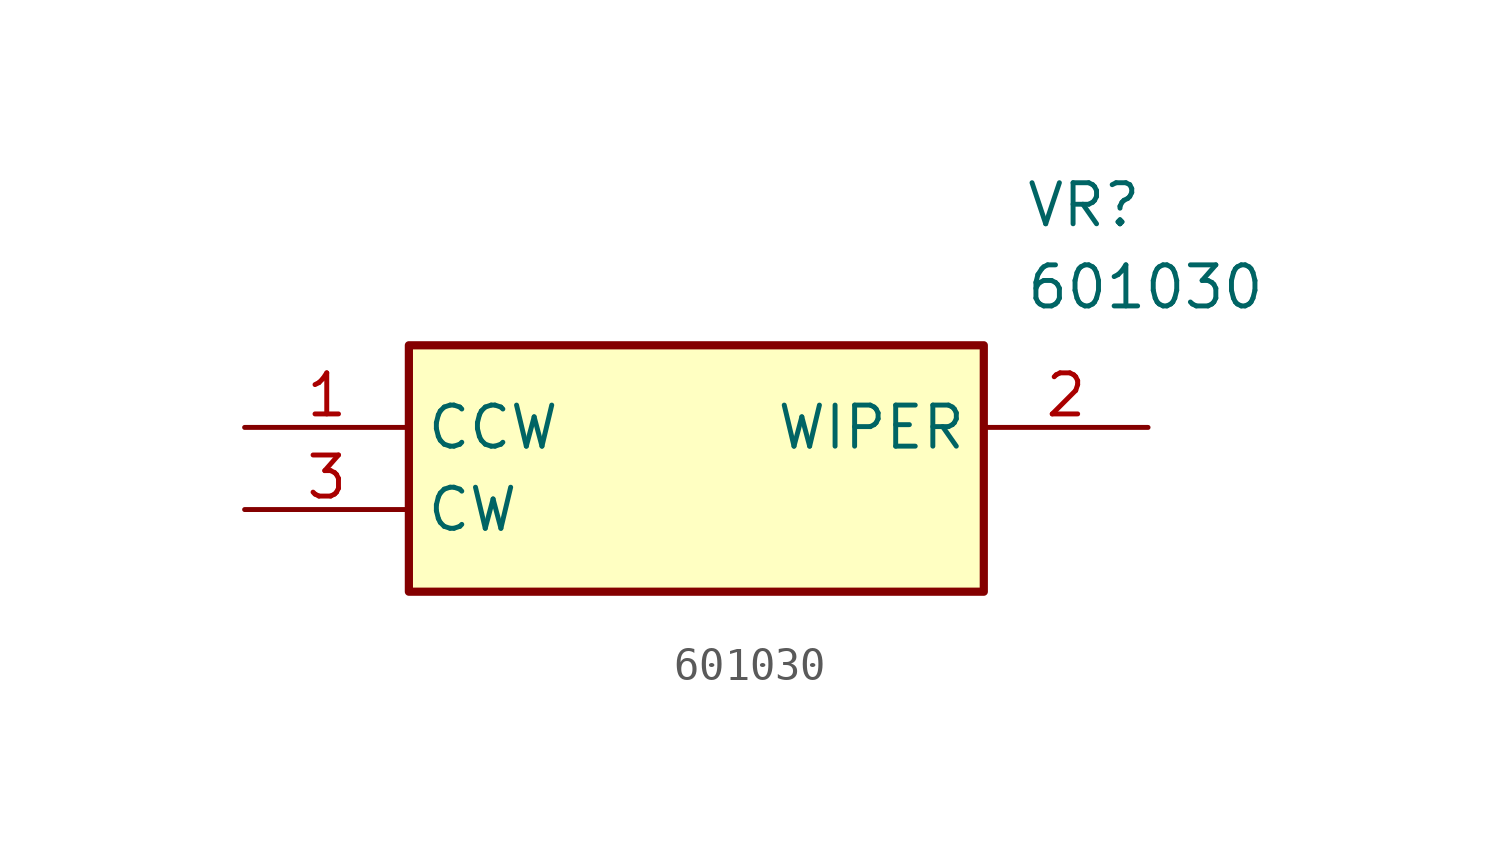
<source format=kicad_sym>
(kicad_symbol_lib
  (version 20211014)
  (generator SamacSys_ECAD_Model)
  (symbol "601030"
    (property "Reference" "VR"
      (at 24.13 7.62 0)
      (effects (font (size 1.27 1.27)) (justify left top)))
    (property "Value" "601030"
      (at 24.13 5.08 0)
      (effects (font (size 1.27 1.27)) (justify left top)))
    (rectangle
      (start 5.08 2.54)
      (end 22.86 -5.08)
      (stroke (width 0.254) (type default))
      (fill (type background)))
    (pin passive line
      (at 0 0 0)
      (length 5.08)
      (name "CCW" (effects (font (size 1.27 1.27))))
      (number "1" (effects (font (size 1.27 1.27)))))
    (pin passive line
      (at 27.94 0 180)
      (length 5.08)
      (name "WIPER" (effects (font (size 1.27 1.27))))
      (number "2" (effects (font (size 1.27 1.27)))))
    (pin passive line
      (at 0 -2.54 0)
      (length 5.08)
      (name "CW" (effects (font (size 1.27 1.27))))
      (number "3" (effects (font (size 1.27 1.27)))))))
</source>
